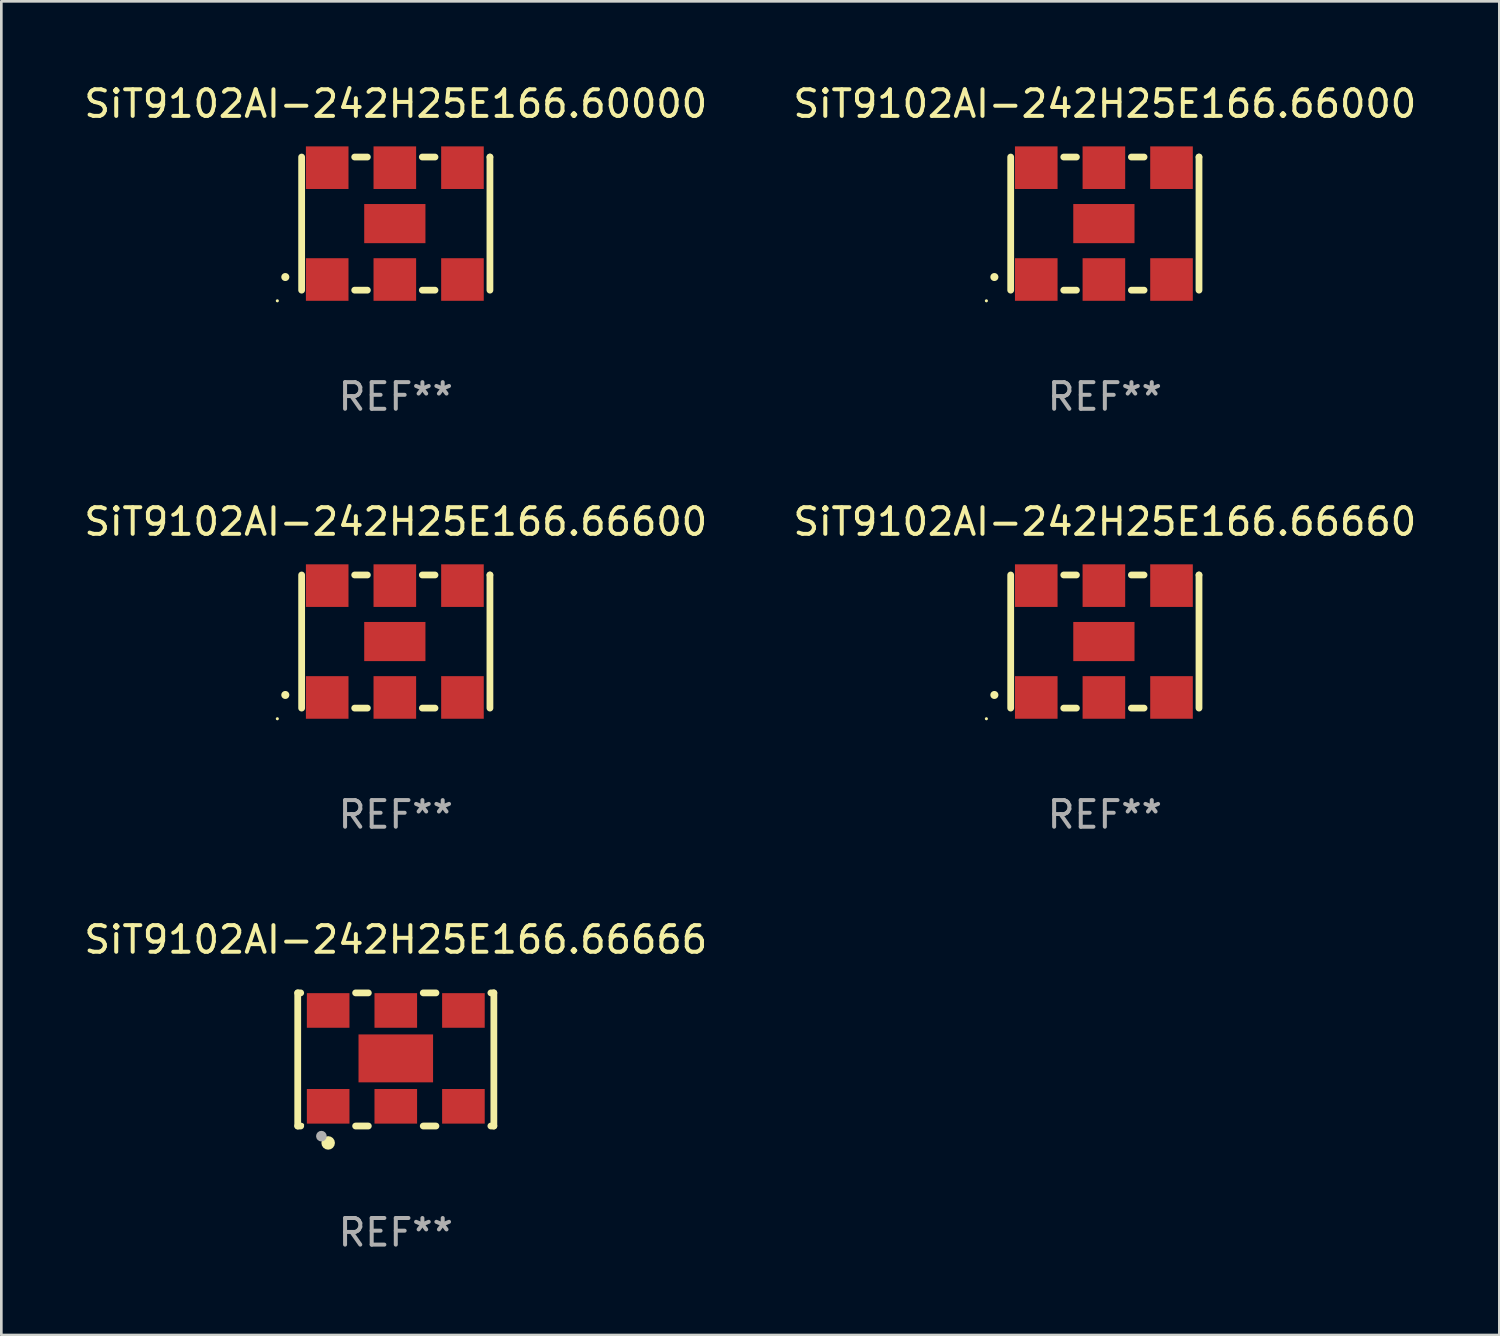
<source format=kicad_pcb>
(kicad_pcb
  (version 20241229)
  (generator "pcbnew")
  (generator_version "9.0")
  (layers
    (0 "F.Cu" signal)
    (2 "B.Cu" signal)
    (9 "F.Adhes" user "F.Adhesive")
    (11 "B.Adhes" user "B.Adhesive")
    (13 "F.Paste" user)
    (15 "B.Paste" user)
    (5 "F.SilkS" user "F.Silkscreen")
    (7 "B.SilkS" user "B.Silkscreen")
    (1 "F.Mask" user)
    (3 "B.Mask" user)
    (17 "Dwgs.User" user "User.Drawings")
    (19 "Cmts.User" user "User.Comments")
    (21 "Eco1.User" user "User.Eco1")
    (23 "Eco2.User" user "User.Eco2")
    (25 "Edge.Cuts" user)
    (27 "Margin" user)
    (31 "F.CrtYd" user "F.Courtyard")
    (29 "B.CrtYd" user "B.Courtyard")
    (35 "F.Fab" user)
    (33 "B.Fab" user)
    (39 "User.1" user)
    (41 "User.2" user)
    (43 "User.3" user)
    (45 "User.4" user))
  (footprint "SiT9102AI-242H25E166.60000"
    (layer "F.Cu")
    (at 11.815 5.348)
    (property "Reference" "SiT9102AI-242H25E166.60000" (at 0 -4.5 0) (layer "F.SilkS") (effects (font (size 1 1) (thickness 0.15))))
    (attr through_hole)
    (fp_line (start -3.536 -2.5) (end -3.536 2.5) (stroke (width 0.254) (type solid)) (layer "F.SilkS"))
    (fp_line (start -1.544 2.5) (end -1.067 2.5) (stroke (width 0.254) (type solid)) (layer "F.SilkS"))
    (fp_line (start -1.067 -2.5) (end -1.544 -2.5) (stroke (width 0.254) (type solid)) (layer "F.SilkS"))
    (fp_line (start 0.996 2.5) (end 1.473 2.5) (stroke (width 0.254) (type solid)) (layer "F.SilkS"))
    (fp_line (start 1.473 -2.5) (end 0.996 -2.5) (stroke (width 0.254) (type solid)) (layer "F.SilkS"))
    (fp_line (start 3.536 -2.5) (end 3.536 -2.5) (stroke (width 0.254) (type solid)) (layer "F.SilkS"))
    (fp_line (start 3.536 2.5) (end 3.536 -2.5) (stroke (width 0.254) (type solid)) (layer "F.SilkS"))
    (fp_arc (start -4.150432 2.006604) (mid -4.149162 2.006599) (end -4.147892 2.006604) (stroke (width 0.3) (type solid)) (layer "F.SilkS"))
    (fp_circle (center -4.449 2.9) (end -4.419 2.9) (stroke (width 0.06) (type solid)) (fill no) (layer "F.SilkS"))
    (fp_text user "REF**" (at 0 6.5 0) (layer "F.Fab") (effects (font (size 1 1) (thickness 0.15))))
    (pad "1" smd rect (at -2.576 2.1) (size 1.6 1.6) (layers "F.Cu" "F.Mask" "F.Paste"))
    (pad "2" smd rect (at -0.036 2.1) (size 1.6 1.6) (layers "F.Cu" "F.Mask" "F.Paste"))
    (pad "3" smd rect (at 2.504 2.1) (size 1.6 1.6) (layers "F.Cu" "F.Mask" "F.Paste"))
    (pad "4" smd rect (at 2.504 -2.1) (size 1.6 1.6) (layers "F.Cu" "F.Mask" "F.Paste"))
    (pad "5" smd rect (at -0.036 -2.1) (size 1.6 1.6) (layers "F.Cu" "F.Mask" "F.Paste"))
    (pad "6" smd rect (at -2.576 -2.1) (size 1.6 1.6) (layers "F.Cu" "F.Mask" "F.Paste"))
    (pad "7" smd rect (at -0.036 0) (size 2.3 1.47) (layers "F.Cu" "F.Mask" "F.Paste")))
  (footprint "SiT9102AI-242H25E166.66000"
    (layer "F.Cu")
    (at 38.446 5.348)
    (property "Reference" "SiT9102AI-242H25E166.66000" (at 0 -4.5 0) (layer "F.SilkS") (effects (font (size 1 1) (thickness 0.15))))
    (attr through_hole)
    (fp_line (start -3.536 -2.5) (end -3.536 2.5) (stroke (width 0.254) (type solid)) (layer "F.SilkS"))
    (fp_line (start -1.544 2.5) (end -1.067 2.5) (stroke (width 0.254) (type solid)) (layer "F.SilkS"))
    (fp_line (start -1.067 -2.5) (end -1.544 -2.5) (stroke (width 0.254) (type solid)) (layer "F.SilkS"))
    (fp_line (start 0.996 2.5) (end 1.473 2.5) (stroke (width 0.254) (type solid)) (layer "F.SilkS"))
    (fp_line (start 1.473 -2.5) (end 0.996 -2.5) (stroke (width 0.254) (type solid)) (layer "F.SilkS"))
    (fp_line (start 3.536 -2.5) (end 3.536 -2.5) (stroke (width 0.254) (type solid)) (layer "F.SilkS"))
    (fp_line (start 3.536 2.5) (end 3.536 -2.5) (stroke (width 0.254) (type solid)) (layer "F.SilkS"))
    (fp_arc (start -4.150432 2.006604) (mid -4.149162 2.006599) (end -4.147892 2.006604) (stroke (width 0.3) (type solid)) (layer "F.SilkS"))
    (fp_circle (center -4.449 2.9) (end -4.419 2.9) (stroke (width 0.06) (type solid)) (fill no) (layer "F.SilkS"))
    (fp_text user "REF**" (at 0 6.5 0) (layer "F.Fab") (effects (font (size 1 1) (thickness 0.15))))
    (pad "1" smd rect (at -2.576 2.1) (size 1.6 1.6) (layers "F.Cu" "F.Mask" "F.Paste"))
    (pad "2" smd rect (at -0.036 2.1) (size 1.6 1.6) (layers "F.Cu" "F.Mask" "F.Paste"))
    (pad "3" smd rect (at 2.504 2.1) (size 1.6 1.6) (layers "F.Cu" "F.Mask" "F.Paste"))
    (pad "4" smd rect (at 2.504 -2.1) (size 1.6 1.6) (layers "F.Cu" "F.Mask" "F.Paste"))
    (pad "5" smd rect (at -0.036 -2.1) (size 1.6 1.6) (layers "F.Cu" "F.Mask" "F.Paste"))
    (pad "6" smd rect (at -2.576 -2.1) (size 1.6 1.6) (layers "F.Cu" "F.Mask" "F.Paste"))
    (pad "7" smd rect (at -0.036 0) (size 2.3 1.47) (layers "F.Cu" "F.Mask" "F.Paste")))
  (footprint "SiT9102AI-242H25E166.66666"
    (layer "F.Cu")
    (at 11.815 36.741)
    (property "Reference" "SiT9102AI-242H25E166.66666" (at 0 -4.5 0) (layer "F.SilkS") (effects (font (size 1 1) (thickness 0.15))))
    (attr through_hole)
    (fp_line (start -3.683 -2.5) (end -3.571 -2.5) (stroke (width 0.254) (type solid)) (layer "F.SilkS"))
    (fp_line (start -3.683 2.5) (end -3.683 -2.5) (stroke (width 0.254) (type solid)) (layer "F.SilkS"))
    (fp_line (start -3.683 2.5) (end -3.571 2.5) (stroke (width 0.254) (type solid)) (layer "F.SilkS"))
    (fp_line (start -1.509 -2.5) (end -1.031 -2.5) (stroke (width 0.254) (type solid)) (layer "F.SilkS"))
    (fp_line (start -1.509 2.5) (end -1.031 2.5) (stroke (width 0.254) (type solid)) (layer "F.SilkS"))
    (fp_line (start 1.031 -2.5) (end 1.509 -2.5) (stroke (width 0.254) (type solid)) (layer "F.SilkS"))
    (fp_line (start 1.031 2.5) (end 1.509 2.5) (stroke (width 0.254) (type solid)) (layer "F.SilkS"))
    (fp_line (start 3.571 -2.5) (end 3.683 -2.5) (stroke (width 0.254) (type solid)) (layer "F.SilkS"))
    (fp_line (start 3.571 2.5) (end 3.683 2.5) (stroke (width 0.254) (type solid)) (layer "F.SilkS"))
    (fp_line (start 3.683 2.5) (end 3.683 -2.5) (stroke (width 0.254) (type solid)) (layer "F.SilkS"))
    (fp_circle (center -3.5 2.46) (end -3.47 2.46) (stroke (width 0.06) (type solid)) (fill no) (layer "F.SilkS"))
    (fp_circle (center -2.54 3.135) (end -2.413 3.135) (stroke (width 0.254) (type solid)) (fill no) (layer "F.SilkS"))
    (fp_circle (center -2.794 2.881) (end -2.694 2.881) (stroke (width 0.2) (type solid)) (fill no) (layer "F.Fab"))
    (fp_text user "REF**" (at 0 6.5 0) (layer "F.Fab") (effects (font (size 1 1) (thickness 0.15))))
    (pad "1" smd rect (at -2.54 1.76) (size 1.6 1.3) (layers "F.Cu" "F.Mask" "F.Paste"))
    (pad "2" smd rect (at 0 1.76) (size 1.6 1.3) (layers "F.Cu" "F.Mask" "F.Paste"))
    (pad "3" smd rect (at 2.54 1.76) (size 1.6 1.3) (layers "F.Cu" "F.Mask" "F.Paste"))
    (pad "4" smd rect (at 2.54 -1.84) (size 1.6 1.3) (layers "F.Cu" "F.Mask" "F.Paste"))
    (pad "5" smd rect (at 0 -1.84) (size 1.6 1.3) (layers "F.Cu" "F.Mask" "F.Paste"))
    (pad "6" smd rect (at -2.54 -1.84) (size 1.6 1.3) (layers "F.Cu" "F.Mask" "F.Paste"))
    (pad "7" smd rect (at 0 -0.04) (size 2.8 1.8) (layers "F.Cu" "F.Mask" "F.Paste")))
  (footprint "SiT9102AI-242H25E166.66600"
    (layer "F.Cu")
    (at 11.815 21.045)
    (property "Reference" "SiT9102AI-242H25E166.66600" (at 0 -4.5 0) (layer "F.SilkS") (effects (font (size 1 1) (thickness 0.15))))
    (attr through_hole)
    (fp_line (start -3.536 -2.5) (end -3.536 2.5) (stroke (width 0.254) (type solid)) (layer "F.SilkS"))
    (fp_line (start -1.544 2.5) (end -1.067 2.5) (stroke (width 0.254) (type solid)) (layer "F.SilkS"))
    (fp_line (start -1.067 -2.5) (end -1.544 -2.5) (stroke (width 0.254) (type solid)) (layer "F.SilkS"))
    (fp_line (start 0.996 2.5) (end 1.473 2.5) (stroke (width 0.254) (type solid)) (layer "F.SilkS"))
    (fp_line (start 1.473 -2.5) (end 0.996 -2.5) (stroke (width 0.254) (type solid)) (layer "F.SilkS"))
    (fp_line (start 3.536 -2.5) (end 3.536 -2.5) (stroke (width 0.254) (type solid)) (layer "F.SilkS"))
    (fp_line (start 3.536 2.5) (end 3.536 -2.5) (stroke (width 0.254) (type solid)) (layer "F.SilkS"))
    (fp_arc (start -4.150432 2.006604) (mid -4.149162 2.006599) (end -4.147892 2.006604) (stroke (width 0.3) (type solid)) (layer "F.SilkS"))
    (fp_circle (center -4.449 2.9) (end -4.419 2.9) (stroke (width 0.06) (type solid)) (fill no) (layer "F.SilkS"))
    (fp_text user "REF**" (at 0 6.5 0) (layer "F.Fab") (effects (font (size 1 1) (thickness 0.15))))
    (pad "1" smd rect (at -2.576 2.1) (size 1.6 1.6) (layers "F.Cu" "F.Mask" "F.Paste"))
    (pad "2" smd rect (at -0.036 2.1) (size 1.6 1.6) (layers "F.Cu" "F.Mask" "F.Paste"))
    (pad "3" smd rect (at 2.504 2.1) (size 1.6 1.6) (layers "F.Cu" "F.Mask" "F.Paste"))
    (pad "4" smd rect (at 2.504 -2.1) (size 1.6 1.6) (layers "F.Cu" "F.Mask" "F.Paste"))
    (pad "5" smd rect (at -0.036 -2.1) (size 1.6 1.6) (layers "F.Cu" "F.Mask" "F.Paste"))
    (pad "6" smd rect (at -2.576 -2.1) (size 1.6 1.6) (layers "F.Cu" "F.Mask" "F.Paste"))
    (pad "7" smd rect (at -0.036 0) (size 2.3 1.47) (layers "F.Cu" "F.Mask" "F.Paste")))
  (footprint "SiT9102AI-242H25E166.66660"
    (layer "F.Cu")
    (at 38.446 21.045)
    (property "Reference" "SiT9102AI-242H25E166.66660" (at 0 -4.5 0) (layer "F.SilkS") (effects (font (size 1 1) (thickness 0.15))))
    (attr through_hole)
    (fp_line (start -3.536 -2.5) (end -3.536 2.5) (stroke (width 0.254) (type solid)) (layer "F.SilkS"))
    (fp_line (start -1.544 2.5) (end -1.067 2.5) (stroke (width 0.254) (type solid)) (layer "F.SilkS"))
    (fp_line (start -1.067 -2.5) (end -1.544 -2.5) (stroke (width 0.254) (type solid)) (layer "F.SilkS"))
    (fp_line (start 0.996 2.5) (end 1.473 2.5) (stroke (width 0.254) (type solid)) (layer "F.SilkS"))
    (fp_line (start 1.473 -2.5) (end 0.996 -2.5) (stroke (width 0.254) (type solid)) (layer "F.SilkS"))
    (fp_line (start 3.536 -2.5) (end 3.536 -2.5) (stroke (width 0.254) (type solid)) (layer "F.SilkS"))
    (fp_line (start 3.536 2.5) (end 3.536 -2.5) (stroke (width 0.254) (type solid)) (layer "F.SilkS"))
    (fp_arc (start -4.150432 2.006604) (mid -4.149162 2.006599) (end -4.147892 2.006604) (stroke (width 0.3) (type solid)) (layer "F.SilkS"))
    (fp_circle (center -4.449 2.9) (end -4.419 2.9) (stroke (width 0.06) (type solid)) (fill no) (layer "F.SilkS"))
    (fp_text user "REF**" (at 0 6.5 0) (layer "F.Fab") (effects (font (size 1 1) (thickness 0.15))))
    (pad "1" smd rect (at -2.576 2.1) (size 1.6 1.6) (layers "F.Cu" "F.Mask" "F.Paste"))
    (pad "2" smd rect (at -0.036 2.1) (size 1.6 1.6) (layers "F.Cu" "F.Mask" "F.Paste"))
    (pad "3" smd rect (at 2.504 2.1) (size 1.6 1.6) (layers "F.Cu" "F.Mask" "F.Paste"))
    (pad "4" smd rect (at 2.504 -2.1) (size 1.6 1.6) (layers "F.Cu" "F.Mask" "F.Paste"))
    (pad "5" smd rect (at -0.036 -2.1) (size 1.6 1.6) (layers "F.Cu" "F.Mask" "F.Paste"))
    (pad "6" smd rect (at -2.576 -2.1) (size 1.6 1.6) (layers "F.Cu" "F.Mask" "F.Paste"))
    (pad "7" smd rect (at -0.036 0) (size 2.3 1.47) (layers "F.Cu" "F.Mask" "F.Paste")))
  (gr_rect
    (start -3 -3)
    (end 53.262 47.09)
    (stroke (width 0.1) (type default))
    (fill no)
    (layer "Edge.Cuts")))
</source>
